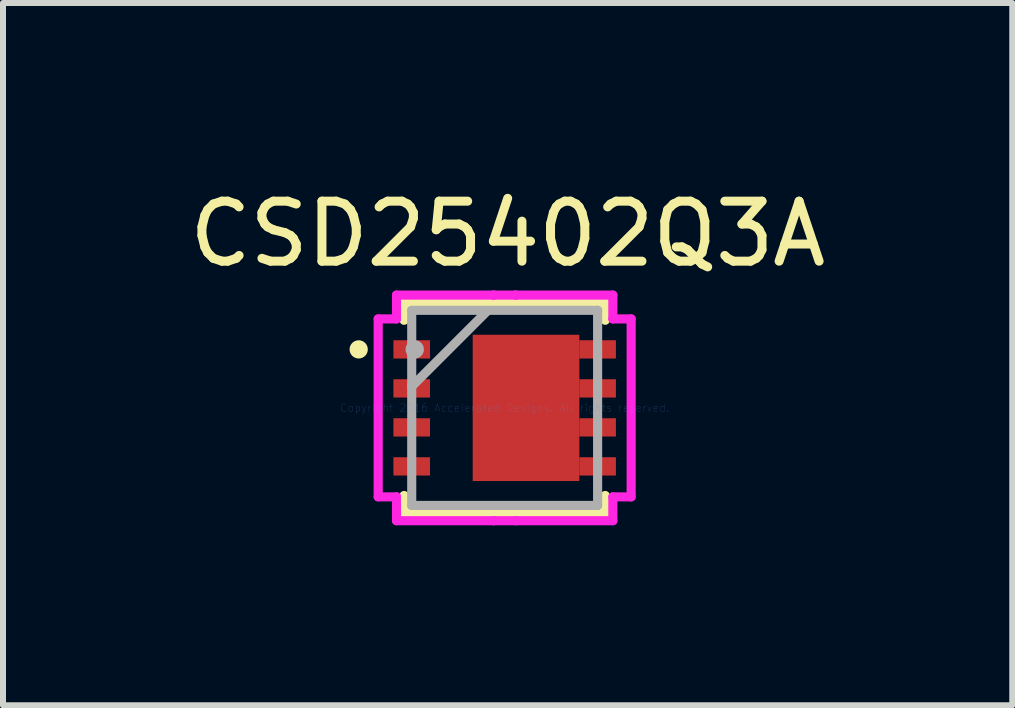
<source format=kicad_pcb>
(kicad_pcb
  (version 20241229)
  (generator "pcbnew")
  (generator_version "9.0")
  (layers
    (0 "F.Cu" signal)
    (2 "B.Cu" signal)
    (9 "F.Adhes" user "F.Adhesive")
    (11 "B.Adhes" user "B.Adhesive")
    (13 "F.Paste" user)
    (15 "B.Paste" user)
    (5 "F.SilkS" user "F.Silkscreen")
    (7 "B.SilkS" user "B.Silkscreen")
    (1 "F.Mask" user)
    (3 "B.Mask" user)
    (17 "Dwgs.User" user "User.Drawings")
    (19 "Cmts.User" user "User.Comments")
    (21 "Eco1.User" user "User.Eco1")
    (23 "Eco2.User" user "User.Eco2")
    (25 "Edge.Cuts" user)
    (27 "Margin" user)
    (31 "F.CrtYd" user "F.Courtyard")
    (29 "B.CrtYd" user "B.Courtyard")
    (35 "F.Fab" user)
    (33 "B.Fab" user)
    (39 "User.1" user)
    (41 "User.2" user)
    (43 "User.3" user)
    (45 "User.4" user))
  (footprint "CSD25402Q3A"
    (layer "F.Cu")
    (at 5.361 3.748)
    (property "Reference" "CSD25402Q3A" (at 0.05 -2.9 0) (layer "F.SilkS") (effects (font (size 1 1) (thickness 0.15))))
    (attr through_hole)
    (fp_line (start -1.676 -1.753) (end -1.676 -1.46) (stroke (width 0.152) (type solid)) (layer "F.SilkS"))
    (fp_line (start -1.676 1.46) (end -1.676 1.753) (stroke (width 0.152) (type solid)) (layer "F.SilkS"))
    (fp_line (start -1.676 1.753) (end 1.676 1.753) (stroke (width 0.152) (type solid)) (layer "F.SilkS"))
    (fp_line (start 1.676 -1.753) (end -1.676 -1.753) (stroke (width 0.152) (type solid)) (layer "F.SilkS"))
    (fp_line (start 1.676 -1.46) (end 1.676 -1.753) (stroke (width 0.152) (type solid)) (layer "F.SilkS"))
    (fp_line (start 1.676 1.753) (end 1.676 1.46) (stroke (width 0.152) (type solid)) (layer "F.SilkS"))
    (fp_circle (center -2.433 -0.975) (end -2.357 -0.975) (stroke (width 0.152) (type solid)) (fill no) (layer "F.SilkS"))
    (fp_line (start -0.889 -1.219) (end -0.889 1.219) (stroke (width 0.152) (type solid)) (layer "F.Paste"))
    (fp_line (start -0.889 1.219) (end 0.889 1.219) (stroke (width 0.152) (type solid)) (layer "F.Paste"))
    (fp_line (start 0.889 -1.219) (end -0.889 -1.219) (stroke (width 0.152) (type solid)) (layer "F.Paste"))
    (fp_line (start 0.889 1.219) (end 0.889 -1.219) (stroke (width 0.152) (type solid)) (layer "F.Paste"))
    (fp_line (start -2.108 -1.483) (end -1.803 -1.483) (stroke (width 0.152) (type solid)) (layer "F.CrtYd"))
    (fp_line (start -2.108 1.483) (end -2.108 -1.483) (stroke (width 0.152) (type solid)) (layer "F.CrtYd"))
    (fp_line (start -1.803 -1.88) (end -0.183 -1.88) (stroke (width 0.152) (type solid)) (layer "F.CrtYd"))
    (fp_line (start -1.803 -1.483) (end -1.803 -1.88) (stroke (width 0.152) (type solid)) (layer "F.CrtYd"))
    (fp_line (start -1.803 1.483) (end -2.108 1.483) (stroke (width 0.152) (type solid)) (layer "F.CrtYd"))
    (fp_line (start -1.803 1.88) (end -1.803 1.483) (stroke (width 0.152) (type solid)) (layer "F.CrtYd"))
    (fp_line (start -0.183 -1.88) (end -0.183 -1.88) (stroke (width 0.152) (type solid)) (layer "F.CrtYd"))
    (fp_line (start -0.183 -1.88) (end 0.183 -1.88) (stroke (width 0.152) (type solid)) (layer "F.CrtYd"))
    (fp_line (start -0.183 1.88) (end -1.803 1.88) (stroke (width 0.152) (type solid)) (layer "F.CrtYd"))
    (fp_line (start -0.183 1.88) (end -0.183 1.88) (stroke (width 0.152) (type solid)) (layer "F.CrtYd"))
    (fp_line (start 0.183 -1.88) (end 0.183 -1.88) (stroke (width 0.152) (type solid)) (layer "F.CrtYd"))
    (fp_line (start 0.183 -1.88) (end 1.803 -1.88) (stroke (width 0.152) (type solid)) (layer "F.CrtYd"))
    (fp_line (start 0.183 1.88) (end -0.183 1.88) (stroke (width 0.152) (type solid)) (layer "F.CrtYd"))
    (fp_line (start 0.183 1.88) (end 0.183 1.88) (stroke (width 0.152) (type solid)) (layer "F.CrtYd"))
    (fp_line (start 1.803 -1.88) (end 1.803 -1.483) (stroke (width 0.152) (type solid)) (layer "F.CrtYd"))
    (fp_line (start 1.803 -1.483) (end 2.108 -1.483) (stroke (width 0.152) (type solid)) (layer "F.CrtYd"))
    (fp_line (start 1.803 1.483) (end 1.803 1.88) (stroke (width 0.152) (type solid)) (layer "F.CrtYd"))
    (fp_line (start 1.803 1.88) (end 0.183 1.88) (stroke (width 0.152) (type solid)) (layer "F.CrtYd"))
    (fp_line (start 2.108 -1.483) (end 2.108 1.483) (stroke (width 0.152) (type solid)) (layer "F.CrtYd"))
    (fp_line (start 2.108 1.483) (end 1.803 1.483) (stroke (width 0.152) (type solid)) (layer "F.CrtYd"))
    (fp_line (start -1.549 -1.626) (end -1.549 1.626) (stroke (width 0.152) (type solid)) (layer "F.Fab"))
    (fp_line (start -1.549 -0.356) (end -0.279 -1.626) (stroke (width 0.152) (type solid)) (layer "F.Fab"))
    (fp_line (start -1.549 1.626) (end 1.549 1.626) (stroke (width 0.152) (type solid)) (layer "F.Fab"))
    (fp_line (start 1.549 -1.626) (end -1.549 -1.626) (stroke (width 0.152) (type solid)) (layer "F.Fab"))
    (fp_line (start 1.549 1.626) (end 1.549 -1.626) (stroke (width 0.152) (type solid)) (layer "F.Fab"))
    (fp_circle (center -1.499 -0.975) (end -1.422 -0.975) (stroke (width 0.152) (type solid)) (fill no) (layer "F.Fab"))
    (fp_text user "Copyright 2016 Accelerated Designs. All rights reserved." (at 0 0 0) (layer "Cmts.User") (effects (font (size 0.127 0.127) (thickness 0.002))))
    (pad "1" smd rect (at -1.549 -0.975) (size 0.61 0.305) (layers "F.Cu" "F.Mask" "F.Paste"))
    (pad "2" smd rect (at -1.549 -0.325) (size 0.61 0.305) (layers "F.Cu" "F.Mask" "F.Paste"))
    (pad "3" smd rect (at -1.549 0.325) (size 0.61 0.305) (layers "F.Cu" "F.Mask" "F.Paste"))
    (pad "4" smd rect (at -1.549 0.975) (size 0.61 0.305) (layers "F.Cu" "F.Mask" "F.Paste"))
    (pad "5" smd rect (at 1.549 0.975) (size 0.61 0.305) (layers "F.Cu" "F.Mask" "F.Paste"))
    (pad "6" smd rect (at 1.549 0.325) (size 0.61 0.305) (layers "F.Cu" "F.Mask" "F.Paste"))
    (pad "7" smd rect (at 1.549 -0.325) (size 0.61 0.305) (layers "F.Cu" "F.Mask" "F.Paste"))
    (pad "8" smd rect (at 1.549 -0.975) (size 0.61 0.305) (layers "F.Cu" "F.Mask" "F.Paste"))
    (pad "9" smd rect (at 0.356 0) (size 1.778 2.438) (layers "F.Cu" "F.Mask" "F.Paste")))
  (gr_rect
    (start -3 -3)
    (end 13.821 8.704)
    (stroke (width 0.1) (type default))
    (fill no)
    (layer "Edge.Cuts")))
</source>
